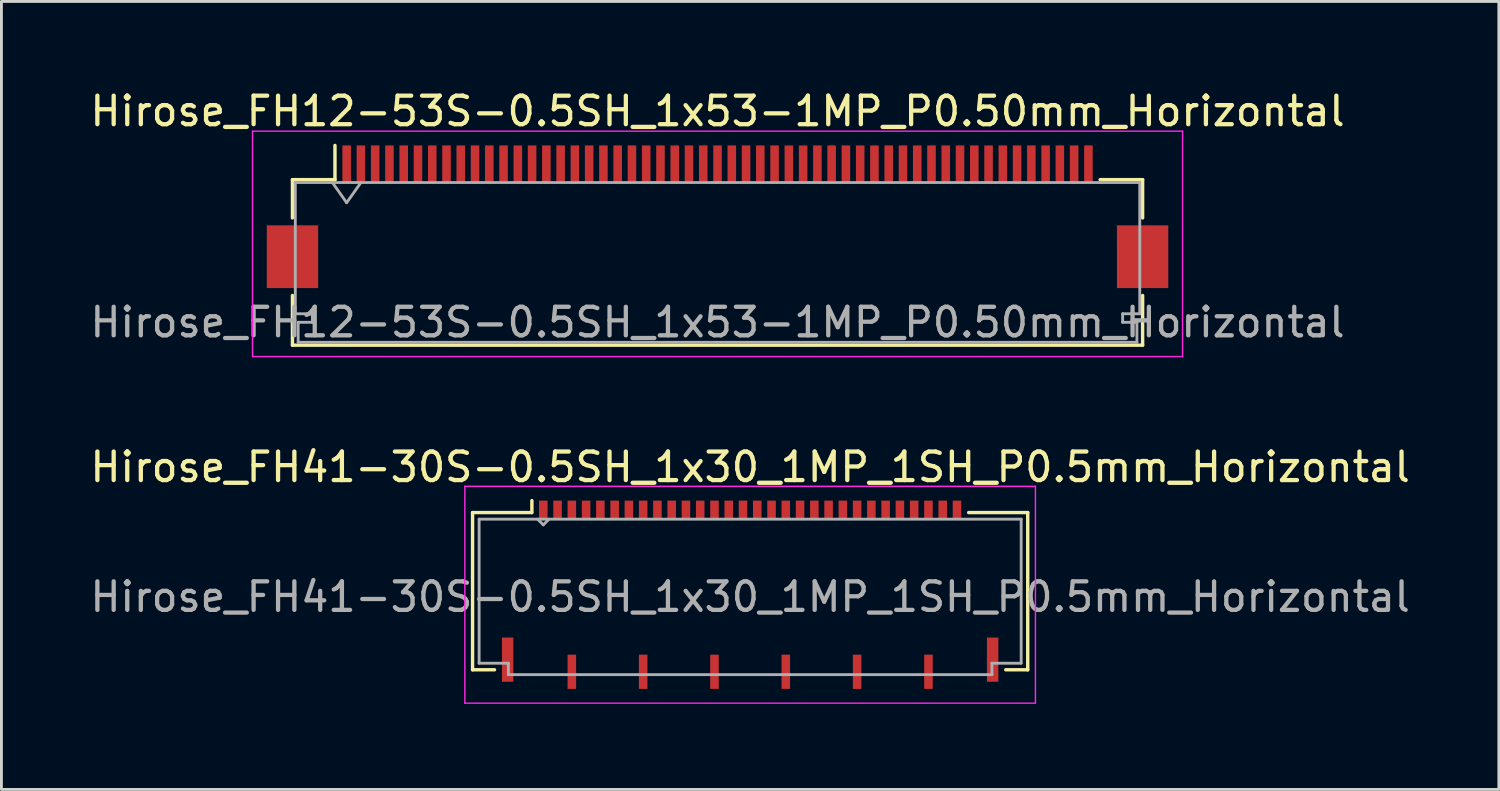
<source format=kicad_pcb>
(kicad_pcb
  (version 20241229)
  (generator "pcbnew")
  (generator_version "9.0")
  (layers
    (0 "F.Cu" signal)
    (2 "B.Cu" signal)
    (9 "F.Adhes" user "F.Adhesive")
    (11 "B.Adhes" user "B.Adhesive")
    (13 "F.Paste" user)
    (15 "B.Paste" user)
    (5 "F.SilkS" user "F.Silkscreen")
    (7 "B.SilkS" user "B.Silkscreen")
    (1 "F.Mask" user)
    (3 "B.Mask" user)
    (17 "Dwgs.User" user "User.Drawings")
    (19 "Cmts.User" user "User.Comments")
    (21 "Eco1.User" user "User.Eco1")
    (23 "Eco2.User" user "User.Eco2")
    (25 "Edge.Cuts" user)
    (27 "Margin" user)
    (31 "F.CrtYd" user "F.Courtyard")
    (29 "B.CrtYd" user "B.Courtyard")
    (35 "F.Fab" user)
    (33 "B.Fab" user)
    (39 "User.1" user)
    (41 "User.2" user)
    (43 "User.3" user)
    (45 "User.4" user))
  (footprint "Hirose_FH41-30S-0.5SH_1x30_1MP_1SH_P0.5mm_Horizontal"
    (layer "F.Cu")
    (at 23.244 17.797)
    (property "Reference" "Hirose_FH41-30S-0.5SH_1x30_1MP_1SH_P0.5mm_Horizontal" (at 0 -4.475 0) (layer "F.SilkS") (effects (font (size 1 1) (thickness 0.15))))
    (attr smd)
    (fp_line (start -9.73 -2.88) (end -9.73 2.63) (stroke (width 0.12) (type solid)) (layer "F.SilkS"))
    (fp_line (start -9.73 2.63) (end -8.96 2.63) (stroke (width 0.12) (type solid)) (layer "F.SilkS"))
    (fp_line (start -7.66 -2.88) (end -9.73 -2.88) (stroke (width 0.12) (type solid)) (layer "F.SilkS"))
    (fp_line (start -7.65 -2.88) (end -7.65 -3.3) (stroke (width 0.12) (type solid)) (layer "F.SilkS"))
    (fp_line (start 7.66 -2.88) (end 9.73 -2.88) (stroke (width 0.12) (type solid)) (layer "F.SilkS"))
    (fp_line (start 9.73 -2.88) (end 9.73 2.63) (stroke (width 0.12) (type solid)) (layer "F.SilkS"))
    (fp_line (start 9.73 2.63) (end 8.96 2.63) (stroke (width 0.12) (type solid)) (layer "F.SilkS"))
    (fp_line (start -10 -3.8) (end -10 3.8) (stroke (width 0.05) (type solid)) (layer "F.CrtYd"))
    (fp_line (start -10 -3.8) (end 10 -3.8) (stroke (width 0.05) (type solid)) (layer "F.CrtYd"))
    (fp_line (start -10 3.8) (end 10 3.8) (stroke (width 0.05) (type solid)) (layer "F.CrtYd"))
    (fp_line (start 10 -3.8) (end 10 3.8) (stroke (width 0.05) (type solid)) (layer "F.CrtYd"))
    (fp_line (start -9.5 -2.65) (end 9.5 -2.65) (stroke (width 0.1) (type solid)) (layer "F.Fab"))
    (fp_line (start -9.5 2.4) (end -9.5 -2.65) (stroke (width 0.1) (type solid)) (layer "F.Fab"))
    (fp_line (start -8.475 2.4) (end -9.5 2.4) (stroke (width 0.1) (type solid)) (layer "F.Fab"))
    (fp_line (start -8.475 2.8) (end -8.475 2.4) (stroke (width 0.1) (type solid)) (layer "F.Fab"))
    (fp_line (start -7.45 -2.65) (end -7.25 -2.45) (stroke (width 0.1) (type solid)) (layer "F.Fab"))
    (fp_line (start -7.25 -2.45) (end -7.05 -2.65) (stroke (width 0.1) (type solid)) (layer "F.Fab"))
    (fp_line (start 8.475 2.4) (end 8.475 2.8) (stroke (width 0.1) (type solid)) (layer "F.Fab"))
    (fp_line (start 8.475 2.8) (end -8.475 2.8) (stroke (width 0.1) (type solid)) (layer "F.Fab"))
    (fp_line (start 9.5 -2.65) (end 9.5 2.4) (stroke (width 0.1) (type solid)) (layer "F.Fab"))
    (fp_line (start 9.5 2.4) (end 8.475 2.4) (stroke (width 0.1) (type solid)) (layer "F.Fab"))
    (fp_text user "${REFERENCE}" (at 0 0.075 0) (layer "F.Fab") (effects (font (size 1 1) (thickness 0.15))))
    (pad "1" smd rect (at -7.25 -2.975) (size 0.3 0.65) (layers "F.Cu" "F.Mask" "F.Paste"))
    (pad "2" smd rect (at -6.75 -2.975) (size 0.3 0.65) (layers "F.Cu" "F.Mask" "F.Paste"))
    (pad "3" smd rect (at -6.25 -2.975) (size 0.3 0.65) (layers "F.Cu" "F.Mask" "F.Paste"))
    (pad "4" smd rect (at -5.75 -2.975) (size 0.3 0.65) (layers "F.Cu" "F.Mask" "F.Paste"))
    (pad "5" smd rect (at -5.25 -2.975) (size 0.3 0.65) (layers "F.Cu" "F.Mask" "F.Paste"))
    (pad "6" smd rect (at -4.75 -2.975) (size 0.3 0.65) (layers "F.Cu" "F.Mask" "F.Paste"))
    (pad "7" smd rect (at -4.25 -2.975) (size 0.3 0.65) (layers "F.Cu" "F.Mask" "F.Paste"))
    (pad "8" smd rect (at -3.75 -2.975) (size 0.3 0.65) (layers "F.Cu" "F.Mask" "F.Paste"))
    (pad "9" smd rect (at -3.25 -2.975) (size 0.3 0.65) (layers "F.Cu" "F.Mask" "F.Paste"))
    (pad "10" smd rect (at -2.75 -2.975) (size 0.3 0.65) (layers "F.Cu" "F.Mask" "F.Paste"))
    (pad "11" smd rect (at -2.25 -2.975) (size 0.3 0.65) (layers "F.Cu" "F.Mask" "F.Paste"))
    (pad "12" smd rect (at -1.75 -2.975) (size 0.3 0.65) (layers "F.Cu" "F.Mask" "F.Paste"))
    (pad "13" smd rect (at -1.25 -2.975) (size 0.3 0.65) (layers "F.Cu" "F.Mask" "F.Paste"))
    (pad "14" smd rect (at -0.75 -2.975) (size 0.3 0.65) (layers "F.Cu" "F.Mask" "F.Paste"))
    (pad "15" smd rect (at -0.25 -2.975) (size 0.3 0.65) (layers "F.Cu" "F.Mask" "F.Paste"))
    (pad "16" smd rect (at 0.25 -2.975) (size 0.3 0.65) (layers "F.Cu" "F.Mask" "F.Paste"))
    (pad "17" smd rect (at 0.75 -2.975) (size 0.3 0.65) (layers "F.Cu" "F.Mask" "F.Paste"))
    (pad "18" smd rect (at 1.25 -2.975) (size 0.3 0.65) (layers "F.Cu" "F.Mask" "F.Paste"))
    (pad "19" smd rect (at 1.75 -2.975) (size 0.3 0.65) (layers "F.Cu" "F.Mask" "F.Paste"))
    (pad "20" smd rect (at 2.25 -2.975) (size 0.3 0.65) (layers "F.Cu" "F.Mask" "F.Paste"))
    (pad "21" smd rect (at 2.75 -2.975) (size 0.3 0.65) (layers "F.Cu" "F.Mask" "F.Paste"))
    (pad "22" smd rect (at 3.25 -2.975) (size 0.3 0.65) (layers "F.Cu" "F.Mask" "F.Paste"))
    (pad "23" smd rect (at 3.75 -2.975) (size 0.3 0.65) (layers "F.Cu" "F.Mask" "F.Paste"))
    (pad "24" smd rect (at 4.25 -2.975) (size 0.3 0.65) (layers "F.Cu" "F.Mask" "F.Paste"))
    (pad "25" smd rect (at 4.75 -2.975) (size 0.3 0.65) (layers "F.Cu" "F.Mask" "F.Paste"))
    (pad "26" smd rect (at 5.25 -2.975) (size 0.3 0.65) (layers "F.Cu" "F.Mask" "F.Paste"))
    (pad "27" smd rect (at 5.75 -2.975) (size 0.3 0.65) (layers "F.Cu" "F.Mask" "F.Paste"))
    (pad "28" smd rect (at 6.25 -2.975) (size 0.3 0.65) (layers "F.Cu" "F.Mask" "F.Paste"))
    (pad "29" smd rect (at 6.75 -2.975) (size 0.3 0.65) (layers "F.Cu" "F.Mask" "F.Paste"))
    (pad "30" smd rect (at 7.25 -2.975) (size 0.3 0.65) (layers "F.Cu" "F.Mask" "F.Paste"))
    (pad "MP" smd rect (at -8.5 2.275) (size 0.4 1.55) (layers "F.Cu" "F.Mask" "F.Paste"))
    (pad "MP" smd rect (at 8.5 2.275) (size 0.4 1.55) (layers "F.Cu" "F.Mask" "F.Paste"))
    (pad "SH" smd rect (at -6.25 2.7) (size 0.3 1.2) (layers "F.Cu" "F.Mask" "F.Paste"))
    (pad "SH" smd rect (at -3.75 2.7) (size 0.3 1.2) (layers "F.Cu" "F.Mask" "F.Paste"))
    (pad "SH" smd rect (at -1.25 2.7) (size 0.3 1.2) (layers "F.Cu" "F.Mask" "F.Paste"))
    (pad "SH" smd rect (at 1.25 2.7) (size 0.3 1.2) (layers "F.Cu" "F.Mask" "F.Paste"))
    (pad "SH" smd rect (at 3.75 2.7) (size 0.3 1.2) (layers "F.Cu" "F.Mask" "F.Paste"))
    (pad "SH" smd rect (at 6.25 2.7) (size 0.3 1.2) (layers "F.Cu" "F.Mask" "F.Paste")))
  (footprint "Hirose_FH12-53S-0.5SH_1x53-1MP_P0.50mm_Horizontal"
    (layer "F.Cu")
    (at 22.101 4.548)
    (property "Reference" "Hirose_FH12-53S-0.5SH_1x53-1MP_P0.50mm_Horizontal" (at 0 -3.7 0) (layer "F.SilkS") (effects (font (size 1 1) (thickness 0.15))))
    (attr smd)
    (fp_line (start -14.9 -1.3) (end -14.9 0.04) (stroke (width 0.12) (type solid)) (layer "F.SilkS"))
    (fp_line (start -14.9 2.76) (end -14.9 4.5) (stroke (width 0.12) (type solid)) (layer "F.SilkS"))
    (fp_line (start -14.9 4.5) (end 14.9 4.5) (stroke (width 0.12) (type solid)) (layer "F.SilkS"))
    (fp_line (start -13.41 -1.3) (end -14.9 -1.3) (stroke (width 0.12) (type solid)) (layer "F.SilkS"))
    (fp_line (start -13.41 -1.3) (end -13.41 -2.5) (stroke (width 0.12) (type solid)) (layer "F.SilkS"))
    (fp_line (start 13.41 -1.3) (end 14.9 -1.3) (stroke (width 0.12) (type solid)) (layer "F.SilkS"))
    (fp_line (start 14.9 -1.3) (end 14.9 0.04) (stroke (width 0.12) (type solid)) (layer "F.SilkS"))
    (fp_line (start 14.9 4.5) (end 14.9 2.76) (stroke (width 0.12) (type solid)) (layer "F.SilkS"))
    (fp_line (start -16.3 -3) (end -16.3 4.9) (stroke (width 0.05) (type solid)) (layer "F.CrtYd"))
    (fp_line (start -16.3 4.9) (end 16.3 4.9) (stroke (width 0.05) (type solid)) (layer "F.CrtYd"))
    (fp_line (start 16.3 -3) (end -16.3 -3) (stroke (width 0.05) (type solid)) (layer "F.CrtYd"))
    (fp_line (start 16.3 4.9) (end 16.3 -3) (stroke (width 0.05) (type solid)) (layer "F.CrtYd"))
    (fp_line (start -14.8 -1.2) (end -14.8 3.4) (stroke (width 0.1) (type solid)) (layer "F.Fab"))
    (fp_line (start -14.8 3.4) (end -14.2 3.4) (stroke (width 0.1) (type solid)) (layer "F.Fab"))
    (fp_line (start -14.7 3.7) (end -14.7 4.4) (stroke (width 0.1) (type solid)) (layer "F.Fab"))
    (fp_line (start -14.7 4.4) (end 0 4.4) (stroke (width 0.1) (type solid)) (layer "F.Fab"))
    (fp_line (start -14.2 3.4) (end -14.2 3.7) (stroke (width 0.1) (type solid)) (layer "F.Fab"))
    (fp_line (start -14.2 3.7) (end -14.7 3.7) (stroke (width 0.1) (type solid)) (layer "F.Fab"))
    (fp_line (start -13.5 -1.2) (end -13 -0.493) (stroke (width 0.1) (type solid)) (layer "F.Fab"))
    (fp_line (start -13 -0.493) (end -12.5 -1.2) (stroke (width 0.1) (type solid)) (layer "F.Fab"))
    (fp_line (start 0 -1.2) (end -14.8 -1.2) (stroke (width 0.1) (type solid)) (layer "F.Fab"))
    (fp_line (start 0 -1.2) (end 14.8 -1.2) (stroke (width 0.1) (type solid)) (layer "F.Fab"))
    (fp_line (start 14.2 3.4) (end 14.2 3.7) (stroke (width 0.1) (type solid)) (layer "F.Fab"))
    (fp_line (start 14.2 3.7) (end 14.7 3.7) (stroke (width 0.1) (type solid)) (layer "F.Fab"))
    (fp_line (start 14.7 3.7) (end 14.7 4.4) (stroke (width 0.1) (type solid)) (layer "F.Fab"))
    (fp_line (start 14.7 4.4) (end 0 4.4) (stroke (width 0.1) (type solid)) (layer "F.Fab"))
    (fp_line (start 14.8 -1.2) (end 14.8 3.4) (stroke (width 0.1) (type solid)) (layer "F.Fab"))
    (fp_line (start 14.8 3.4) (end 14.2 3.4) (stroke (width 0.1) (type solid)) (layer "F.Fab"))
    (fp_text user "${REFERENCE}" (at 0 3.7 0) (layer "F.Fab") (effects (font (size 1 1) (thickness 0.15))))
    (pad "1" smd rect (at -13 -1.85) (size 0.3 1.3) (layers "F.Cu" "F.Mask" "F.Paste"))
    (pad "2" smd rect (at -12.5 -1.85) (size 0.3 1.3) (layers "F.Cu" "F.Mask" "F.Paste"))
    (pad "3" smd rect (at -12 -1.85) (size 0.3 1.3) (layers "F.Cu" "F.Mask" "F.Paste"))
    (pad "4" smd rect (at -11.5 -1.85) (size 0.3 1.3) (layers "F.Cu" "F.Mask" "F.Paste"))
    (pad "5" smd rect (at -11 -1.85) (size 0.3 1.3) (layers "F.Cu" "F.Mask" "F.Paste"))
    (pad "6" smd rect (at -10.5 -1.85) (size 0.3 1.3) (layers "F.Cu" "F.Mask" "F.Paste"))
    (pad "7" smd rect (at -10 -1.85) (size 0.3 1.3) (layers "F.Cu" "F.Mask" "F.Paste"))
    (pad "8" smd rect (at -9.5 -1.85) (size 0.3 1.3) (layers "F.Cu" "F.Mask" "F.Paste"))
    (pad "9" smd rect (at -9 -1.85) (size 0.3 1.3) (layers "F.Cu" "F.Mask" "F.Paste"))
    (pad "10" smd rect (at -8.5 -1.85) (size 0.3 1.3) (layers "F.Cu" "F.Mask" "F.Paste"))
    (pad "11" smd rect (at -8 -1.85) (size 0.3 1.3) (layers "F.Cu" "F.Mask" "F.Paste"))
    (pad "12" smd rect (at -7.5 -1.85) (size 0.3 1.3) (layers "F.Cu" "F.Mask" "F.Paste"))
    (pad "13" smd rect (at -7 -1.85) (size 0.3 1.3) (layers "F.Cu" "F.Mask" "F.Paste"))
    (pad "14" smd rect (at -6.5 -1.85) (size 0.3 1.3) (layers "F.Cu" "F.Mask" "F.Paste"))
    (pad "15" smd rect (at -6 -1.85) (size 0.3 1.3) (layers "F.Cu" "F.Mask" "F.Paste"))
    (pad "16" smd rect (at -5.5 -1.85) (size 0.3 1.3) (layers "F.Cu" "F.Mask" "F.Paste"))
    (pad "17" smd rect (at -5 -1.85) (size 0.3 1.3) (layers "F.Cu" "F.Mask" "F.Paste"))
    (pad "18" smd rect (at -4.5 -1.85) (size 0.3 1.3) (layers "F.Cu" "F.Mask" "F.Paste"))
    (pad "19" smd rect (at -4 -1.85) (size 0.3 1.3) (layers "F.Cu" "F.Mask" "F.Paste"))
    (pad "20" smd rect (at -3.5 -1.85) (size 0.3 1.3) (layers "F.Cu" "F.Mask" "F.Paste"))
    (pad "21" smd rect (at -3 -1.85) (size 0.3 1.3) (layers "F.Cu" "F.Mask" "F.Paste"))
    (pad "22" smd rect (at -2.5 -1.85) (size 0.3 1.3) (layers "F.Cu" "F.Mask" "F.Paste"))
    (pad "23" smd rect (at -2 -1.85) (size 0.3 1.3) (layers "F.Cu" "F.Mask" "F.Paste"))
    (pad "24" smd rect (at -1.5 -1.85) (size 0.3 1.3) (layers "F.Cu" "F.Mask" "F.Paste"))
    (pad "25" smd rect (at -1 -1.85) (size 0.3 1.3) (layers "F.Cu" "F.Mask" "F.Paste"))
    (pad "26" smd rect (at -0.5 -1.85) (size 0.3 1.3) (layers "F.Cu" "F.Mask" "F.Paste"))
    (pad "27" smd rect (at 0 -1.85) (size 0.3 1.3) (layers "F.Cu" "F.Mask" "F.Paste"))
    (pad "28" smd rect (at 0.5 -1.85) (size 0.3 1.3) (layers "F.Cu" "F.Mask" "F.Paste"))
    (pad "29" smd rect (at 1 -1.85) (size 0.3 1.3) (layers "F.Cu" "F.Mask" "F.Paste"))
    (pad "30" smd rect (at 1.5 -1.85) (size 0.3 1.3) (layers "F.Cu" "F.Mask" "F.Paste"))
    (pad "31" smd rect (at 2 -1.85) (size 0.3 1.3) (layers "F.Cu" "F.Mask" "F.Paste"))
    (pad "32" smd rect (at 2.5 -1.85) (size 0.3 1.3) (layers "F.Cu" "F.Mask" "F.Paste"))
    (pad "33" smd rect (at 3 -1.85) (size 0.3 1.3) (layers "F.Cu" "F.Mask" "F.Paste"))
    (pad "34" smd rect (at 3.5 -1.85) (size 0.3 1.3) (layers "F.Cu" "F.Mask" "F.Paste"))
    (pad "35" smd rect (at 4 -1.85) (size 0.3 1.3) (layers "F.Cu" "F.Mask" "F.Paste"))
    (pad "36" smd rect (at 4.5 -1.85) (size 0.3 1.3) (layers "F.Cu" "F.Mask" "F.Paste"))
    (pad "37" smd rect (at 5 -1.85) (size 0.3 1.3) (layers "F.Cu" "F.Mask" "F.Paste"))
    (pad "38" smd rect (at 5.5 -1.85) (size 0.3 1.3) (layers "F.Cu" "F.Mask" "F.Paste"))
    (pad "39" smd rect (at 6 -1.85) (size 0.3 1.3) (layers "F.Cu" "F.Mask" "F.Paste"))
    (pad "40" smd rect (at 6.5 -1.85) (size 0.3 1.3) (layers "F.Cu" "F.Mask" "F.Paste"))
    (pad "41" smd rect (at 7 -1.85) (size 0.3 1.3) (layers "F.Cu" "F.Mask" "F.Paste"))
    (pad "42" smd rect (at 7.5 -1.85) (size 0.3 1.3) (layers "F.Cu" "F.Mask" "F.Paste"))
    (pad "43" smd rect (at 8 -1.85) (size 0.3 1.3) (layers "F.Cu" "F.Mask" "F.Paste"))
    (pad "44" smd rect (at 8.5 -1.85) (size 0.3 1.3) (layers "F.Cu" "F.Mask" "F.Paste"))
    (pad "45" smd rect (at 9 -1.85) (size 0.3 1.3) (layers "F.Cu" "F.Mask" "F.Paste"))
    (pad "46" smd rect (at 9.5 -1.85) (size 0.3 1.3) (layers "F.Cu" "F.Mask" "F.Paste"))
    (pad "47" smd rect (at 10 -1.85) (size 0.3 1.3) (layers "F.Cu" "F.Mask" "F.Paste"))
    (pad "48" smd rect (at 10.5 -1.85) (size 0.3 1.3) (layers "F.Cu" "F.Mask" "F.Paste"))
    (pad "49" smd rect (at 11 -1.85) (size 0.3 1.3) (layers "F.Cu" "F.Mask" "F.Paste"))
    (pad "50" smd rect (at 11.5 -1.85) (size 0.3 1.3) (layers "F.Cu" "F.Mask" "F.Paste"))
    (pad "51" smd rect (at 12 -1.85) (size 0.3 1.3) (layers "F.Cu" "F.Mask" "F.Paste"))
    (pad "52" smd rect (at 12.5 -1.85) (size 0.3 1.3) (layers "F.Cu" "F.Mask" "F.Paste"))
    (pad "53" smd rect (at 13 -1.85) (size 0.3 1.3) (layers "F.Cu" "F.Mask" "F.Paste"))
    (pad "MP" smd rect (at -14.9 1.4) (size 1.8 2.2) (layers "F.Cu" "F.Mask" "F.Paste"))
    (pad "MP" smd rect (at 14.9 1.4) (size 1.8 2.2) (layers "F.Cu" "F.Mask" "F.Paste")))
  (gr_rect
    (start -3 -3)
    (end 49.488 24.622)
    (stroke (width 0.1) (type default))
    (fill no)
    (layer "Edge.Cuts")))
</source>
